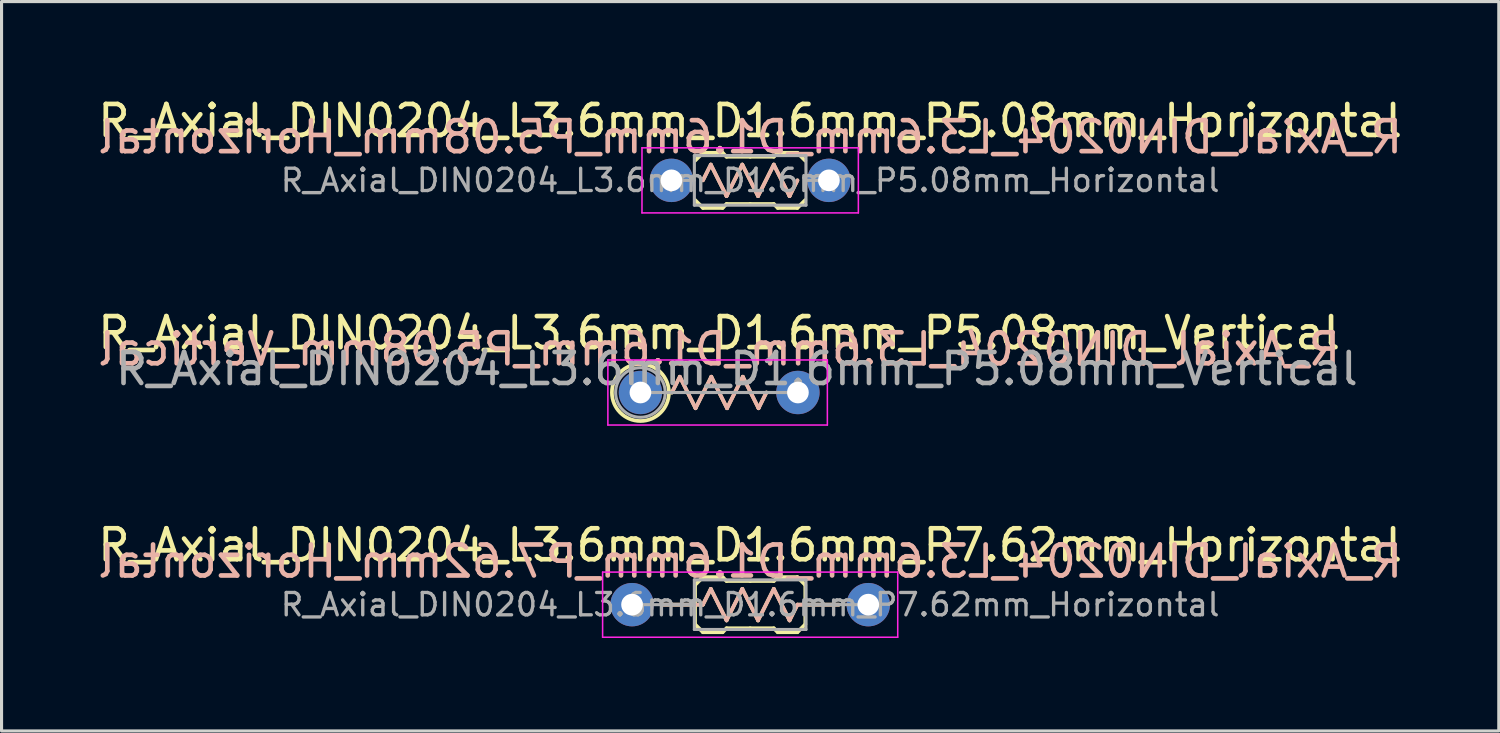
<source format=kicad_pcb>
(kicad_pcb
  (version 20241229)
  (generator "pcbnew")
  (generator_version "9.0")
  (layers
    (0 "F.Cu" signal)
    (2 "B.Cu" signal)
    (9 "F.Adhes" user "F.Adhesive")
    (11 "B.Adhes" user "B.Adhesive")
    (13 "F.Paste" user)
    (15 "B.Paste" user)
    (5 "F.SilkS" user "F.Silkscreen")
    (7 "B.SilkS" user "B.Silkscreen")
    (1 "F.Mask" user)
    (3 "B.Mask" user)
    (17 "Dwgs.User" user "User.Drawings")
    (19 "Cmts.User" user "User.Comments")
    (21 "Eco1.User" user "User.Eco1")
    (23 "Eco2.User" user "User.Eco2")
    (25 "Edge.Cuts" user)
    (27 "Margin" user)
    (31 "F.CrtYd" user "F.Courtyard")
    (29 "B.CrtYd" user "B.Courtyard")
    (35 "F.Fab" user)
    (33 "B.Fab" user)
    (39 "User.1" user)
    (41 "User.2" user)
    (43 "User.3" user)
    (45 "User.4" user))
  (footprint "R_Axial_DIN0204_L3.6mm_D1.6mm_P5.08mm_Horizontal"
    (layer "F.Cu")
    (at 18.609 2.768)
    (property "Reference" "R_Axial_DIN0204_L3.6mm_D1.6mm_P5.08mm_Horizontal" (at 2.54 -1.92 0) (layer "F.SilkS") (effects (font (size 1 1) (thickness 0.15))))
    (attr through_hole)
    (fp_line (start 0.762 -0.635) (end 1.016 -0.889) (stroke (width 0.12) (type solid)) (layer "F.SilkS"))
    (fp_line (start 0.762 0.635) (end 1.016 0.889) (stroke (width 0.12) (type solid)) (layer "F.SilkS"))
    (fp_line (start 1.016 -0.889) (end 1.651 -0.889) (stroke (width 0.12) (type solid)) (layer "F.SilkS"))
    (fp_line (start 1.016 0) (end 1.27 -0.508) (stroke (width 0.12) (type solid)) (layer "F.SilkS"))
    (fp_line (start 1.016 0.889) (end 1.651 0.889) (stroke (width 0.12) (type solid)) (layer "F.SilkS"))
    (fp_line (start 1.27 -0.508) (end 1.778 0.508) (stroke (width 0.12) (type solid)) (layer "F.SilkS"))
    (fp_line (start 1.651 -0.889) (end 1.778 -0.762) (stroke (width 0.12) (type solid)) (layer "F.SilkS"))
    (fp_line (start 1.651 0.889) (end 1.778 0.762) (stroke (width 0.12) (type solid)) (layer "F.SilkS"))
    (fp_line (start 1.778 -0.762) (end 2.54 -0.762) (stroke (width 0.12) (type solid)) (layer "F.SilkS"))
    (fp_line (start 1.778 0.508) (end 2.286 -0.508) (stroke (width 0.12) (type solid)) (layer "F.SilkS"))
    (fp_line (start 1.778 0.762) (end 2.54 0.762) (stroke (width 0.12) (type solid)) (layer "F.SilkS"))
    (fp_line (start 2.286 -0.508) (end 2.794 0.508) (stroke (width 0.12) (type solid)) (layer "F.SilkS"))
    (fp_line (start 2.794 0.508) (end 3.302 -0.508) (stroke (width 0.12) (type solid)) (layer "F.SilkS"))
    (fp_line (start 3.302 -0.762) (end 2.54 -0.762) (stroke (width 0.12) (type solid)) (layer "F.SilkS"))
    (fp_line (start 3.302 -0.508) (end 3.81 0.508) (stroke (width 0.12) (type solid)) (layer "F.SilkS"))
    (fp_line (start 3.302 0.762) (end 2.54 0.762) (stroke (width 0.12) (type solid)) (layer "F.SilkS"))
    (fp_line (start 3.429 -0.889) (end 3.302 -0.762) (stroke (width 0.12) (type solid)) (layer "F.SilkS"))
    (fp_line (start 3.429 0.889) (end 3.302 0.762) (stroke (width 0.12) (type solid)) (layer "F.SilkS"))
    (fp_line (start 3.81 0.508) (end 4.064 0) (stroke (width 0.12) (type solid)) (layer "F.SilkS"))
    (fp_line (start 4.064 -0.889) (end 3.429 -0.889) (stroke (width 0.12) (type solid)) (layer "F.SilkS"))
    (fp_line (start 4.064 0.889) (end 3.429 0.889) (stroke (width 0.12) (type solid)) (layer "F.SilkS"))
    (fp_line (start 4.318 -0.635) (end 4.064 -0.889) (stroke (width 0.12) (type solid)) (layer "F.SilkS"))
    (fp_line (start 4.318 0.635) (end 4.064 0.889) (stroke (width 0.12) (type solid)) (layer "F.SilkS"))
    (fp_line (start 1.016 0) (end 1.27 -0.508) (stroke (width 0.12) (type solid)) (layer "B.SilkS"))
    (fp_line (start 1.27 -0.508) (end 1.778 0.508) (stroke (width 0.12) (type solid)) (layer "B.SilkS"))
    (fp_line (start 1.778 0.508) (end 2.286 -0.508) (stroke (width 0.12) (type solid)) (layer "B.SilkS"))
    (fp_line (start 2.286 -0.508) (end 2.794 0.508) (stroke (width 0.12) (type solid)) (layer "B.SilkS"))
    (fp_line (start 2.794 0.508) (end 3.302 -0.508) (stroke (width 0.12) (type solid)) (layer "B.SilkS"))
    (fp_line (start 3.302 -0.508) (end 3.81 0.508) (stroke (width 0.12) (type solid)) (layer "B.SilkS"))
    (fp_line (start 3.81 0.508) (end 4.064 0) (stroke (width 0.12) (type solid)) (layer "B.SilkS"))
    (fp_line (start -0.95 -1.05) (end -0.95 1.05) (stroke (width 0.05) (type solid)) (layer "F.CrtYd"))
    (fp_line (start -0.95 1.05) (end 6.03 1.05) (stroke (width 0.05) (type solid)) (layer "F.CrtYd"))
    (fp_line (start 6.03 -1.05) (end -0.95 -1.05) (stroke (width 0.05) (type solid)) (layer "F.CrtYd"))
    (fp_line (start 6.03 1.05) (end 6.03 -1.05) (stroke (width 0.05) (type solid)) (layer "F.CrtYd"))
    (fp_line (start 0 0) (end 0.74 0) (stroke (width 0.1) (type solid)) (layer "F.Fab"))
    (fp_line (start 0.74 -0.8) (end 0.74 0.8) (stroke (width 0.1) (type solid)) (layer "F.Fab"))
    (fp_line (start 0.74 0.8) (end 4.34 0.8) (stroke (width 0.1) (type solid)) (layer "F.Fab"))
    (fp_line (start 4.34 -0.8) (end 0.74 -0.8) (stroke (width 0.1) (type solid)) (layer "F.Fab"))
    (fp_line (start 4.34 0.8) (end 4.34 -0.8) (stroke (width 0.1) (type solid)) (layer "F.Fab"))
    (fp_line (start 5.08 0) (end 4.34 0) (stroke (width 0.1) (type solid)) (layer "F.Fab"))
    (fp_text user "${REFERENCE}" (at 2.54 -1.397 0) (unlocked yes) (layer "B.SilkS") (effects (font (size 1 1) (thickness 0.15)) (justify mirror)))
    (fp_text user "${REFERENCE}" (at 2.54 0 0) (layer "F.Fab") (effects (font (size 0.72 0.72) (thickness 0.108))))
    (pad "1" thru_hole circle (at 0 0) (size 1.4 1.4) (drill 0.7) (layers "*.Cu" "*.Mask"))
    (pad "2" thru_hole oval (at 5.08 0) (size 1.4 1.4) (drill 0.7) (layers "*.Cu" "*.Mask")))
  (footprint "R_Axial_DIN0204_L3.6mm_D1.6mm_P5.08mm_Vertical"
    (layer "F.Cu")
    (at 17.609 9.611)
    (property "Reference" "R_Axial_DIN0204_L3.6mm_D1.6mm_P5.08mm_Vertical" (at 2.54 -1.92 0) (layer "F.SilkS") (effects (font (size 1 1) (thickness 0.15))))
    (attr through_hole)
    (fp_line (start 1.016 0) (end 0.92 0) (stroke (width 0.12) (type solid)) (layer "F.SilkS"))
    (fp_line (start 1.016 0) (end 1.27 -0.508) (stroke (width 0.12) (type solid)) (layer "F.SilkS"))
    (fp_line (start 1.27 -0.508) (end 1.778 0.508) (stroke (width 0.12) (type solid)) (layer "F.SilkS"))
    (fp_line (start 1.778 0.508) (end 2.286 -0.508) (stroke (width 0.12) (type solid)) (layer "F.SilkS"))
    (fp_line (start 2.286 -0.508) (end 2.794 0.508) (stroke (width 0.12) (type solid)) (layer "F.SilkS"))
    (fp_line (start 2.794 0.508) (end 3.302 -0.508) (stroke (width 0.12) (type solid)) (layer "F.SilkS"))
    (fp_line (start 3.302 -0.508) (end 3.81 0.508) (stroke (width 0.12) (type solid)) (layer "F.SilkS"))
    (fp_line (start 3.81 0.508) (end 4.064 0) (stroke (width 0.12) (type solid)) (layer "F.SilkS"))
    (fp_circle (center 0 0) (end 0.92 0) (stroke (width 0.12) (type solid)) (fill no) (layer "F.SilkS"))
    (fp_line (start 1.016 0) (end 1.27 -0.508) (stroke (width 0.12) (type solid)) (layer "B.SilkS"))
    (fp_line (start 1.27 -0.508) (end 1.778 0.508) (stroke (width 0.12) (type solid)) (layer "B.SilkS"))
    (fp_line (start 1.778 0.508) (end 2.286 -0.508) (stroke (width 0.12) (type solid)) (layer "B.SilkS"))
    (fp_line (start 2.286 -0.508) (end 2.794 0.508) (stroke (width 0.12) (type solid)) (layer "B.SilkS"))
    (fp_line (start 2.794 0.508) (end 3.302 -0.508) (stroke (width 0.12) (type solid)) (layer "B.SilkS"))
    (fp_line (start 3.302 -0.508) (end 3.81 0.508) (stroke (width 0.12) (type solid)) (layer "B.SilkS"))
    (fp_line (start 3.81 0.508) (end 4.064 0) (stroke (width 0.12) (type solid)) (layer "B.SilkS"))
    (fp_line (start -1.05 -1.05) (end -1.05 1.05) (stroke (width 0.05) (type solid)) (layer "F.CrtYd"))
    (fp_line (start -1.05 1.05) (end 6.03 1.05) (stroke (width 0.05) (type solid)) (layer "F.CrtYd"))
    (fp_line (start 6.03 -1.05) (end -1.05 -1.05) (stroke (width 0.05) (type solid)) (layer "F.CrtYd"))
    (fp_line (start 6.03 1.05) (end 6.03 -1.05) (stroke (width 0.05) (type solid)) (layer "F.CrtYd"))
    (fp_line (start 0 0) (end 5.08 0) (stroke (width 0.1) (type solid)) (layer "F.Fab"))
    (fp_circle (center 0 0) (end 0.8 0) (stroke (width 0.1) (type solid)) (fill no) (layer "F.Fab"))
    (fp_text user "${REFERENCE}" (at 2.54 -1.397 0) (unlocked yes) (layer "B.SilkS") (effects (font (size 1 1) (thickness 0.15)) (justify mirror)))
    (fp_text user "${REFERENCE}" (at 3.111 -0.762 0) (layer "F.Fab") (effects (font (size 1 1) (thickness 0.15))))
    (pad "1" thru_hole circle (at 0 0) (size 1.4 1.4) (drill 0.7) (layers "*.Cu" "*.Mask"))
    (pad "2" thru_hole oval (at 5.08 0) (size 1.4 1.4) (drill 0.7) (layers "*.Cu" "*.Mask")))
  (footprint "R_Axial_DIN0204_L3.6mm_D1.6mm_P7.62mm_Horizontal"
    (layer "F.Cu")
    (at 17.339 16.455)
    (property "Reference" "R_Axial_DIN0204_L3.6mm_D1.6mm_P7.62mm_Horizontal" (at 3.81 -1.92 0) (layer "F.SilkS") (effects (font (size 1 1) (thickness 0.15))))
    (attr through_hole)
    (fp_line (start 0.94 0) (end 1.89 0) (stroke (width 0.12) (type solid)) (layer "F.SilkS"))
    (fp_line (start 1.89 0) (end 2.032 0) (stroke (width 0.12) (type solid)) (layer "F.SilkS"))
    (fp_line (start 2.032 -0.635) (end 2.286 -0.889) (stroke (width 0.12) (type solid)) (layer "F.SilkS"))
    (fp_line (start 2.032 0.635) (end 2.032 -0.635) (stroke (width 0.12) (type solid)) (layer "F.SilkS"))
    (fp_line (start 2.032 0.635) (end 2.286 0.889) (stroke (width 0.12) (type solid)) (layer "F.SilkS"))
    (fp_line (start 2.286 -0.889) (end 2.921 -0.889) (stroke (width 0.12) (type solid)) (layer "F.SilkS"))
    (fp_line (start 2.286 0) (end 2.032 0) (stroke (width 0.12) (type solid)) (layer "F.SilkS"))
    (fp_line (start 2.286 0) (end 2.54 -0.508) (stroke (width 0.12) (type solid)) (layer "F.SilkS"))
    (fp_line (start 2.286 0.889) (end 2.921 0.889) (stroke (width 0.12) (type solid)) (layer "F.SilkS"))
    (fp_line (start 2.54 -0.508) (end 3.048 0.508) (stroke (width 0.12) (type solid)) (layer "F.SilkS"))
    (fp_line (start 2.921 -0.889) (end 3.048 -0.762) (stroke (width 0.12) (type solid)) (layer "F.SilkS"))
    (fp_line (start 2.921 0.889) (end 3.048 0.762) (stroke (width 0.12) (type solid)) (layer "F.SilkS"))
    (fp_line (start 3.048 -0.762) (end 3.81 -0.762) (stroke (width 0.12) (type solid)) (layer "F.SilkS"))
    (fp_line (start 3.048 0.508) (end 3.556 -0.508) (stroke (width 0.12) (type solid)) (layer "F.SilkS"))
    (fp_line (start 3.048 0.762) (end 3.81 0.762) (stroke (width 0.12) (type solid)) (layer "F.SilkS"))
    (fp_line (start 3.556 -0.508) (end 4.064 0.508) (stroke (width 0.12) (type solid)) (layer "F.SilkS"))
    (fp_line (start 4.064 0.508) (end 4.572 -0.508) (stroke (width 0.12) (type solid)) (layer "F.SilkS"))
    (fp_line (start 4.572 -0.762) (end 3.81 -0.762) (stroke (width 0.12) (type solid)) (layer "F.SilkS"))
    (fp_line (start 4.572 -0.508) (end 5.08 0.508) (stroke (width 0.12) (type solid)) (layer "F.SilkS"))
    (fp_line (start 4.572 0.762) (end 3.81 0.762) (stroke (width 0.12) (type solid)) (layer "F.SilkS"))
    (fp_line (start 4.699 -0.889) (end 4.572 -0.762) (stroke (width 0.12) (type solid)) (layer "F.SilkS"))
    (fp_line (start 4.699 0.889) (end 4.572 0.762) (stroke (width 0.12) (type solid)) (layer "F.SilkS"))
    (fp_line (start 5.08 0.508) (end 5.334 0) (stroke (width 0.12) (type solid)) (layer "F.SilkS"))
    (fp_line (start 5.334 -0.889) (end 4.699 -0.889) (stroke (width 0.12) (type solid)) (layer "F.SilkS"))
    (fp_line (start 5.334 0) (end 5.588 0) (stroke (width 0.12) (type solid)) (layer "F.SilkS"))
    (fp_line (start 5.334 0.889) (end 4.699 0.889) (stroke (width 0.12) (type solid)) (layer "F.SilkS"))
    (fp_line (start 5.588 -0.635) (end 5.334 -0.889) (stroke (width 0.12) (type solid)) (layer "F.SilkS"))
    (fp_line (start 5.588 -0.635) (end 5.588 0.635) (stroke (width 0.12) (type solid)) (layer "F.SilkS"))
    (fp_line (start 5.588 0.635) (end 5.334 0.889) (stroke (width 0.12) (type solid)) (layer "F.SilkS"))
    (fp_line (start 5.715 0) (end 5.588 0) (stroke (width 0.12) (type solid)) (layer "F.SilkS"))
    (fp_line (start 6.68 0) (end 5.73 0) (stroke (width 0.12) (type solid)) (layer "F.SilkS"))
    (fp_line (start 2.286 0) (end 0.953 0) (stroke (width 0.12) (type solid)) (layer "B.SilkS"))
    (fp_line (start 2.286 0) (end 2.54 -0.508) (stroke (width 0.12) (type solid)) (layer "B.SilkS"))
    (fp_line (start 2.54 -0.508) (end 3.048 0.508) (stroke (width 0.12) (type solid)) (layer "B.SilkS"))
    (fp_line (start 3.048 0.508) (end 3.556 -0.508) (stroke (width 0.12) (type solid)) (layer "B.SilkS"))
    (fp_line (start 3.556 -0.508) (end 4.064 0.508) (stroke (width 0.12) (type solid)) (layer "B.SilkS"))
    (fp_line (start 4.064 0.508) (end 4.572 -0.508) (stroke (width 0.12) (type solid)) (layer "B.SilkS"))
    (fp_line (start 4.572 -0.508) (end 5.08 0.508) (stroke (width 0.12) (type solid)) (layer "B.SilkS"))
    (fp_line (start 5.08 0.508) (end 5.334 0) (stroke (width 0.12) (type solid)) (layer "B.SilkS"))
    (fp_line (start 5.334 0) (end 6.668 0) (stroke (width 0.12) (type solid)) (layer "B.SilkS"))
    (fp_line (start -0.95 -1.05) (end -0.95 1.05) (stroke (width 0.05) (type solid)) (layer "F.CrtYd"))
    (fp_line (start -0.95 1.05) (end 8.57 1.05) (stroke (width 0.05) (type solid)) (layer "F.CrtYd"))
    (fp_line (start 8.57 -1.05) (end -0.95 -1.05) (stroke (width 0.05) (type solid)) (layer "F.CrtYd"))
    (fp_line (start 8.57 1.05) (end 8.57 -1.05) (stroke (width 0.05) (type solid)) (layer "F.CrtYd"))
    (fp_line (start 0 0) (end 2.01 0) (stroke (width 0.1) (type solid)) (layer "F.Fab"))
    (fp_line (start 2.01 -0.8) (end 2.01 0.8) (stroke (width 0.1) (type solid)) (layer "F.Fab"))
    (fp_line (start 2.01 0.8) (end 5.61 0.8) (stroke (width 0.1) (type solid)) (layer "F.Fab"))
    (fp_line (start 5.61 -0.8) (end 2.01 -0.8) (stroke (width 0.1) (type solid)) (layer "F.Fab"))
    (fp_line (start 5.61 0.8) (end 5.61 -0.8) (stroke (width 0.1) (type solid)) (layer "F.Fab"))
    (fp_line (start 7.62 0) (end 5.61 0) (stroke (width 0.1) (type solid)) (layer "F.Fab"))
    (fp_text user "${REFERENCE}" (at 3.81 -1.397 0) (unlocked yes) (layer "B.SilkS") (effects (font (size 1 1) (thickness 0.15)) (justify mirror)))
    (fp_text user "${REFERENCE}" (at 3.81 0 0) (layer "F.Fab") (effects (font (size 0.72 0.72) (thickness 0.108))))
    (pad "1" thru_hole circle (at 0 0) (size 1.4 1.4) (drill 0.7) (layers "*.Cu" "*.Mask"))
    (pad "2" thru_hole oval (at 7.62 0) (size 1.4 1.4) (drill 0.7) (layers "*.Cu" "*.Mask")))
  (gr_rect
    (start -3 -3)
    (end 45.298 20.53)
    (stroke (width 0.1) (type default))
    (fill no)
    (layer "Edge.Cuts")))
</source>
